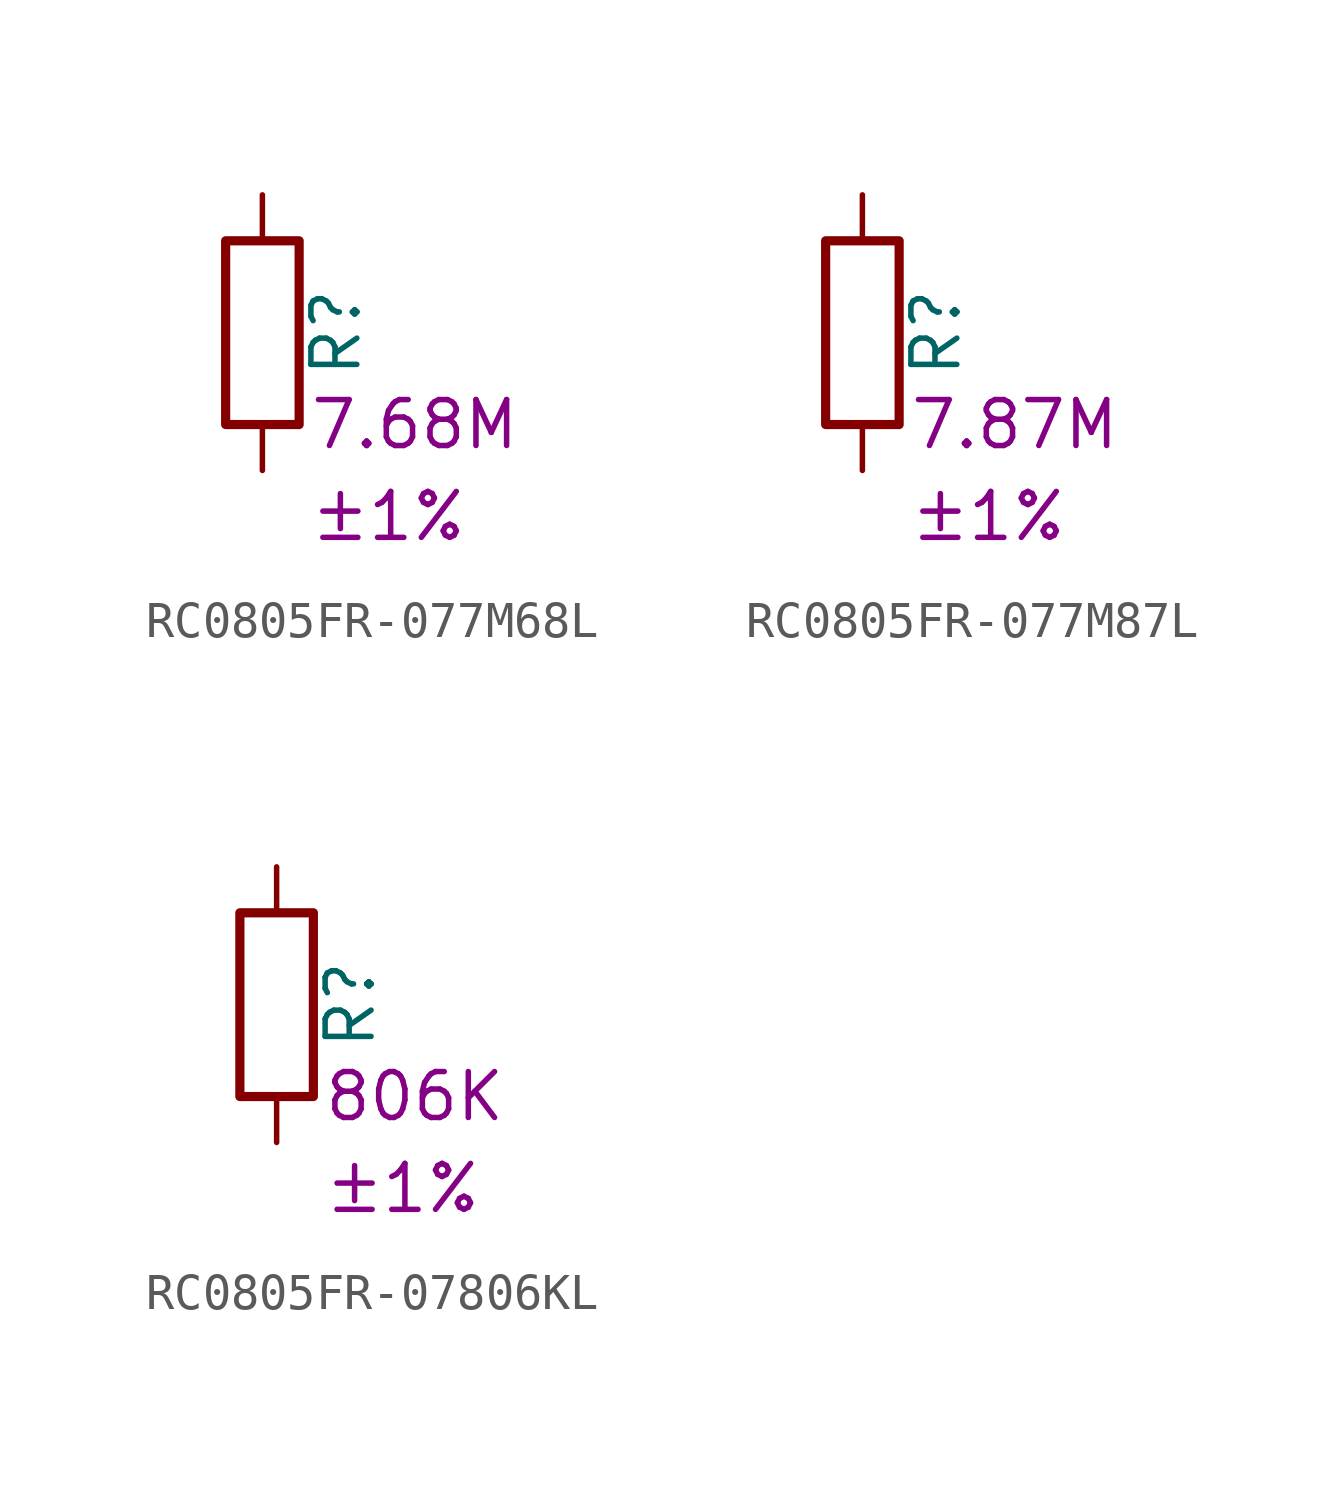
<source format=kicad_sym>
(kicad_symbol_lib
  (version 20220914)
  (generator kicad_symbol_editor)
  (symbol "RC0805FR-077M68L"
    (pin_numbers hide)
    (pin_names
      (offset 0))
    (property "Reference" "R"
      (at 2.032 0 90)
      (effects (font (size 1.27 1.27))))
    (property "Resistance" "7.68M"
      (at 1.27 -2.54 0)
      (effects (font (size 1.27 1.27)) (justify left)))
    (property "Tolerance" "±1%"
      (at 1.27 -5.08 0)
      (effects (font (size 1.27 1.27)) (justify left)))
    (symbol "RC0805FR-077M68L_0_1"
      (rectangle (start -1.016 -2.54) (end 1.016 2.54) (stroke (width 0.254) (type default)) (fill (type none))))
    (symbol "RC0805FR-077M68L_1_1"
      (pin passive line (at 0 3.81 270) (length 1.27) (name "~" (effects (font (size 1.27 1.27)))) (number "1" (effects (font (size 1.27 1.27)))))
      (pin passive line (at 0 -3.81 90) (length 1.27) (name "~" (effects (font (size 1.27 1.27)))) (number "2" (effects (font (size 1.27 1.27)))))))
  (symbol "RC0805FR-077M87L"
    (pin_numbers hide)
    (pin_names
      (offset 0))
    (property "Reference" "R"
      (at 2.032 0 90)
      (effects (font (size 1.27 1.27))))
    (property "Resistance" "7.87M"
      (at 1.27 -2.54 0)
      (effects (font (size 1.27 1.27)) (justify left)))
    (property "Tolerance" "±1%"
      (at 1.27 -5.08 0)
      (effects (font (size 1.27 1.27)) (justify left)))
    (symbol "RC0805FR-077M87L_0_1"
      (rectangle (start -1.016 -2.54) (end 1.016 2.54) (stroke (width 0.254) (type default)) (fill (type none))))
    (symbol "RC0805FR-077M87L_1_1"
      (pin passive line (at 0 3.81 270) (length 1.27) (name "~" (effects (font (size 1.27 1.27)))) (number "1" (effects (font (size 1.27 1.27)))))
      (pin passive line (at 0 -3.81 90) (length 1.27) (name "~" (effects (font (size 1.27 1.27)))) (number "2" (effects (font (size 1.27 1.27)))))))
  (symbol "RC0805FR-07806KL"
    (pin_numbers hide)
    (pin_names
      (offset 0))
    (property "Reference" "R"
      (at 2.032 0 90)
      (effects (font (size 1.27 1.27))))
    (property "Resistance" "806K"
      (at 1.27 -2.54 0)
      (effects (font (size 1.27 1.27)) (justify left)))
    (property "Tolerance" "±1%"
      (at 1.27 -5.08 0)
      (effects (font (size 1.27 1.27)) (justify left)))
    (symbol "RC0805FR-07806KL_0_1"
      (rectangle (start -1.016 -2.54) (end 1.016 2.54) (stroke (width 0.254) (type default)) (fill (type none))))
    (symbol "RC0805FR-07806KL_1_1"
      (pin passive line (at 0 3.81 270) (length 1.27) (name "~" (effects (font (size 1.27 1.27)))) (number "1" (effects (font (size 1.27 1.27)))))
      (pin passive line (at 0 -3.81 90) (length 1.27) (name "~" (effects (font (size 1.27 1.27)))) (number "2" (effects (font (size 1.27 1.27))))))))
</source>
